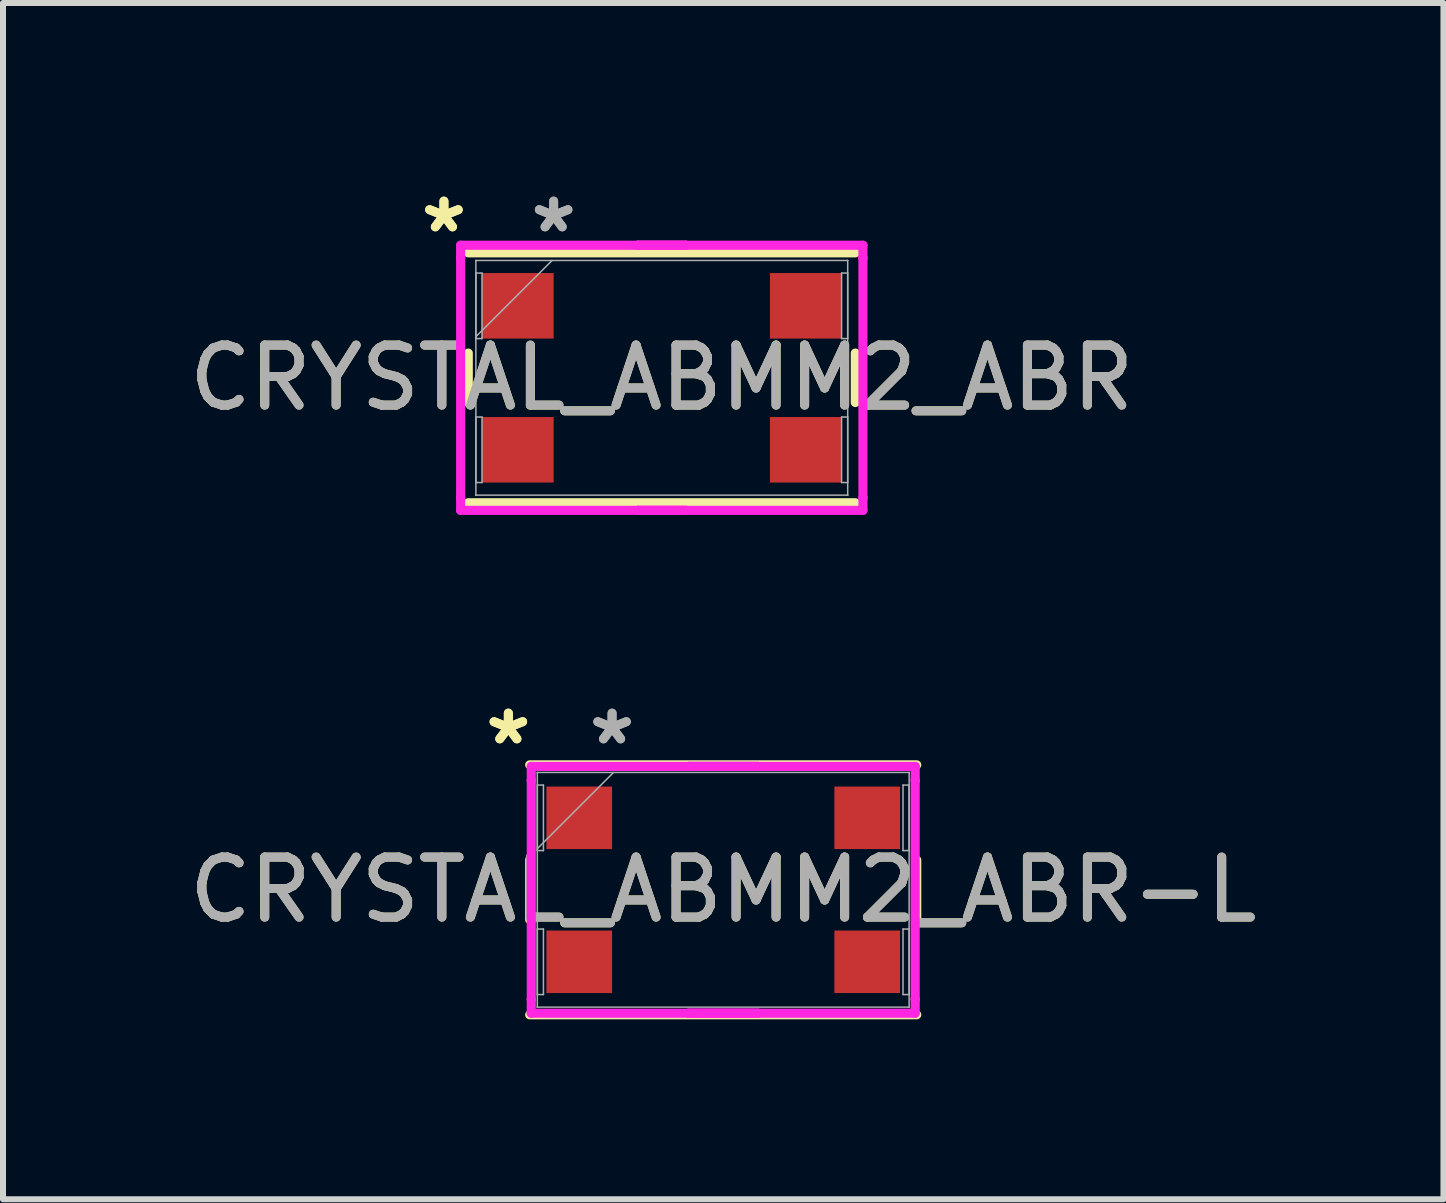
<source format=kicad_pcb>
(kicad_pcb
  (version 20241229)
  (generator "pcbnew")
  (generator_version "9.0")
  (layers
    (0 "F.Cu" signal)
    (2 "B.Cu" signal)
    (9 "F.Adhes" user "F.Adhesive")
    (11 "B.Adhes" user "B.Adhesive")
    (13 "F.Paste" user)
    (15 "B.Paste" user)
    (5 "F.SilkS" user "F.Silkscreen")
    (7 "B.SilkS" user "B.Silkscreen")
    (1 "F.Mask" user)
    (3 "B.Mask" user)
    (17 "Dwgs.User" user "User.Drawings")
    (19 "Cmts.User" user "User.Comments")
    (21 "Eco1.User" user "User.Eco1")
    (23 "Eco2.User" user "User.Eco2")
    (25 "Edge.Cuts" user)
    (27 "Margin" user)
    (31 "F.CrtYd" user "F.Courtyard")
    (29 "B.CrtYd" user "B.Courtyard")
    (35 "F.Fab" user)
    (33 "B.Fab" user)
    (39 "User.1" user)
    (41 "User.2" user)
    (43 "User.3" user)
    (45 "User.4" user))
  (footprint "CRYSTAL_ABMM2_ABR-L"
    (layer "F.Cu")
    (at 9.006 11.783)
    (property "Reference" "CRYSTAL_ABMM2_ABR-L" (at 0 0 0) (unlocked yes) (layer "F.SilkS") (effects (font (size 1 1) (thickness 0.15))))
    (attr smd)
    (fp_line (start -3.226 -0.497) (end -3.226 0.497) (stroke (width 0.152) (type solid)) (layer "F.SilkS"))
    (fp_line (start -3.226 2.083) (end 3.226 2.083) (stroke (width 0.152) (type solid)) (layer "F.SilkS"))
    (fp_line (start 3.226 -2.083) (end -3.226 -2.083) (stroke (width 0.152) (type solid)) (layer "F.SilkS"))
    (fp_line (start 3.226 0.497) (end 3.226 -0.497) (stroke (width 0.152) (type solid)) (layer "F.SilkS"))
    (fp_line (start -3.2 -2.057) (end 0.577 -2.057) (stroke (width 0.152) (type solid)) (layer "F.CrtYd"))
    (fp_line (start -3.2 -1.823) (end -3.2 -2.057) (stroke (width 0.152) (type solid)) (layer "F.CrtYd"))
    (fp_line (start -3.2 -1.823) (end -3.2 -1.823) (stroke (width 0.152) (type solid)) (layer "F.CrtYd"))
    (fp_line (start -3.2 1.823) (end -3.2 -1.823) (stroke (width 0.152) (type solid)) (layer "F.CrtYd"))
    (fp_line (start -3.2 1.823) (end -3.2 1.823) (stroke (width 0.152) (type solid)) (layer "F.CrtYd"))
    (fp_line (start -3.2 2.057) (end -3.2 1.823) (stroke (width 0.152) (type solid)) (layer "F.CrtYd"))
    (fp_line (start -0.577 -2.057) (end -0.577 -2.057) (stroke (width 0.152) (type solid)) (layer "F.CrtYd"))
    (fp_line (start -0.577 -2.057) (end 3.2 -2.057) (stroke (width 0.152) (type solid)) (layer "F.CrtYd"))
    (fp_line (start -0.577 2.057) (end -0.577 2.057) (stroke (width 0.152) (type solid)) (layer "F.CrtYd"))
    (fp_line (start -0.577 2.057) (end 0.577 2.057) (stroke (width 0.152) (type solid)) (layer "F.CrtYd"))
    (fp_line (start 0.577 -2.057) (end -0.577 -2.057) (stroke (width 0.152) (type solid)) (layer "F.CrtYd"))
    (fp_line (start 0.577 -2.057) (end 0.577 -2.057) (stroke (width 0.152) (type solid)) (layer "F.CrtYd"))
    (fp_line (start 0.577 2.057) (end -3.2 2.057) (stroke (width 0.152) (type solid)) (layer "F.CrtYd"))
    (fp_line (start 0.577 2.057) (end 0.577 2.057) (stroke (width 0.152) (type solid)) (layer "F.CrtYd"))
    (fp_line (start 3.2 -2.057) (end 3.2 -1.823) (stroke (width 0.152) (type solid)) (layer "F.CrtYd"))
    (fp_line (start 3.2 -1.823) (end 3.2 -1.823) (stroke (width 0.152) (type solid)) (layer "F.CrtYd"))
    (fp_line (start 3.2 -1.823) (end 3.2 1.823) (stroke (width 0.152) (type solid)) (layer "F.CrtYd"))
    (fp_line (start 3.2 1.823) (end 3.2 1.823) (stroke (width 0.152) (type solid)) (layer "F.CrtYd"))
    (fp_line (start 3.2 1.823) (end 3.2 2.057) (stroke (width 0.152) (type solid)) (layer "F.CrtYd"))
    (fp_line (start 3.2 2.057) (end -0.577 2.057) (stroke (width 0.152) (type solid)) (layer "F.CrtYd"))
    (fp_line (start -3.099 -1.956) (end -3.099 -1.956) (stroke (width 0.025) (type solid)) (layer "F.Fab"))
    (fp_line (start -3.099 -1.956) (end -3.099 1.956) (stroke (width 0.025) (type solid)) (layer "F.Fab"))
    (fp_line (start -3.099 -1.746) (end -2.997 -1.746) (stroke (width 0.025) (type solid)) (layer "F.Fab"))
    (fp_line (start -3.099 -0.686) (end -1.829 -1.956) (stroke (width 0.025) (type solid)) (layer "F.Fab"))
    (fp_line (start -3.099 -0.654) (end -3.099 -1.746) (stroke (width 0.025) (type solid)) (layer "F.Fab"))
    (fp_line (start -3.099 0.654) (end -2.997 0.654) (stroke (width 0.025) (type solid)) (layer "F.Fab"))
    (fp_line (start -3.099 1.746) (end -3.099 0.654) (stroke (width 0.025) (type solid)) (layer "F.Fab"))
    (fp_line (start -3.099 1.956) (end -3.099 1.956) (stroke (width 0.025) (type solid)) (layer "F.Fab"))
    (fp_line (start -3.099 1.956) (end 3.099 1.956) (stroke (width 0.025) (type solid)) (layer "F.Fab"))
    (fp_line (start -2.997 -1.746) (end -2.997 -0.654) (stroke (width 0.025) (type solid)) (layer "F.Fab"))
    (fp_line (start -2.997 -0.654) (end -3.099 -0.654) (stroke (width 0.025) (type solid)) (layer "F.Fab"))
    (fp_line (start -2.997 0.654) (end -2.997 1.746) (stroke (width 0.025) (type solid)) (layer "F.Fab"))
    (fp_line (start -2.997 1.746) (end -3.099 1.746) (stroke (width 0.025) (type solid)) (layer "F.Fab"))
    (fp_line (start 2.997 -1.746) (end 3.099 -1.746) (stroke (width 0.025) (type solid)) (layer "F.Fab"))
    (fp_line (start 2.997 -0.654) (end 2.997 -1.746) (stroke (width 0.025) (type solid)) (layer "F.Fab"))
    (fp_line (start 2.997 0.654) (end 3.099 0.654) (stroke (width 0.025) (type solid)) (layer "F.Fab"))
    (fp_line (start 2.997 1.746) (end 2.997 0.654) (stroke (width 0.025) (type solid)) (layer "F.Fab"))
    (fp_line (start 3.099 -1.956) (end -3.099 -1.956) (stroke (width 0.025) (type solid)) (layer "F.Fab"))
    (fp_line (start 3.099 -1.956) (end 3.099 -1.956) (stroke (width 0.025) (type solid)) (layer "F.Fab"))
    (fp_line (start 3.099 -1.746) (end 3.099 -0.654) (stroke (width 0.025) (type solid)) (layer "F.Fab"))
    (fp_line (start 3.099 -0.654) (end 2.997 -0.654) (stroke (width 0.025) (type solid)) (layer "F.Fab"))
    (fp_line (start 3.099 0.654) (end 3.099 1.746) (stroke (width 0.025) (type solid)) (layer "F.Fab"))
    (fp_line (start 3.099 1.746) (end 2.997 1.746) (stroke (width 0.025) (type solid)) (layer "F.Fab"))
    (fp_line (start 3.099 1.956) (end 3.099 -1.956) (stroke (width 0.025) (type solid)) (layer "F.Fab"))
    (fp_line (start 3.099 1.956) (end 3.099 1.956) (stroke (width 0.025) (type solid)) (layer "F.Fab"))
    (fp_text user "*" (at -3.582 -2.4 0) (unlocked yes) (layer "F.SilkS") (effects (font (size 1 1) (thickness 0.15))))
    (fp_text user "*" (at -3.582 -2.4 0) (layer "F.SilkS") (effects (font (size 1 1) (thickness 0.15))))
    (fp_text user "${REFERENCE}" (at 0 0 0) (unlocked yes) (layer "F.Fab") (effects (font (size 1 1) (thickness 0.15))))
    (fp_text user "*" (at -1.853 -2.4 0) (unlocked yes) (layer "F.Fab") (effects (font (size 1 1) (thickness 0.15))))
    (fp_text user "*" (at -1.853 -2.4 0) (layer "F.Fab") (effects (font (size 1 1) (thickness 0.15))))
    (pad "1" smd rect (at -2.4 -1.2 90) (size 1.042 1.094) (layers "F.Cu" "F.Mask" "F.Paste"))
    (pad "2" smd rect (at -2.4 1.2 90) (size 1.042 1.094) (layers "F.Cu" "F.Mask" "F.Paste"))
    (pad "3" smd rect (at 2.4 1.2 90) (size 1.042 1.094) (layers "F.Cu" "F.Mask" "F.Paste"))
    (pad "4" smd rect (at 2.4 -1.2 90) (size 1.042 1.094) (layers "F.Cu" "F.Mask" "F.Paste")))
  (footprint "CRYSTAL_ABMM2_ABR"
    (layer "F.Cu")
    (at 7.982 3.248)
    (property "Reference" "CRYSTAL_ABMM2_ABR" (at 0 0 0) (unlocked yes) (layer "F.SilkS") (effects (font (size 1 1) (thickness 0.15))))
    (attr smd)
    (fp_line (start -3.226 -0.412) (end -3.226 0.412) (stroke (width 0.152) (type solid)) (layer "F.SilkS"))
    (fp_line (start -3.226 2.083) (end 3.226 2.083) (stroke (width 0.152) (type solid)) (layer "F.SilkS"))
    (fp_line (start 3.226 -2.083) (end -3.226 -2.083) (stroke (width 0.152) (type solid)) (layer "F.SilkS"))
    (fp_line (start 3.226 0.412) (end 3.226 -0.412) (stroke (width 0.152) (type solid)) (layer "F.SilkS"))
    (fp_line (start -3.353 -2.21) (end 0.4 -2.21) (stroke (width 0.152) (type solid)) (layer "F.CrtYd"))
    (fp_line (start -3.353 -2) (end -3.353 -2.21) (stroke (width 0.152) (type solid)) (layer "F.CrtYd"))
    (fp_line (start -3.353 -2) (end -3.353 -2) (stroke (width 0.152) (type solid)) (layer "F.CrtYd"))
    (fp_line (start -3.353 2) (end -3.353 -2) (stroke (width 0.152) (type solid)) (layer "F.CrtYd"))
    (fp_line (start -3.353 2) (end -3.353 2) (stroke (width 0.152) (type solid)) (layer "F.CrtYd"))
    (fp_line (start -3.353 2.21) (end -3.353 2) (stroke (width 0.152) (type solid)) (layer "F.CrtYd"))
    (fp_line (start -0.4 -2.21) (end -0.4 -2.21) (stroke (width 0.152) (type solid)) (layer "F.CrtYd"))
    (fp_line (start -0.4 -2.21) (end 3.353 -2.21) (stroke (width 0.152) (type solid)) (layer "F.CrtYd"))
    (fp_line (start -0.4 2.21) (end -0.4 2.21) (stroke (width 0.152) (type solid)) (layer "F.CrtYd"))
    (fp_line (start -0.4 2.21) (end 0.4 2.21) (stroke (width 0.152) (type solid)) (layer "F.CrtYd"))
    (fp_line (start 0.4 -2.21) (end -0.4 -2.21) (stroke (width 0.152) (type solid)) (layer "F.CrtYd"))
    (fp_line (start 0.4 -2.21) (end 0.4 -2.21) (stroke (width 0.152) (type solid)) (layer "F.CrtYd"))
    (fp_line (start 0.4 2.21) (end -3.353 2.21) (stroke (width 0.152) (type solid)) (layer "F.CrtYd"))
    (fp_line (start 0.4 2.21) (end 0.4 2.21) (stroke (width 0.152) (type solid)) (layer "F.CrtYd"))
    (fp_line (start 3.353 -2.21) (end 3.353 -2) (stroke (width 0.152) (type solid)) (layer "F.CrtYd"))
    (fp_line (start 3.353 -2) (end 3.353 -2) (stroke (width 0.152) (type solid)) (layer "F.CrtYd"))
    (fp_line (start 3.353 -2) (end 3.353 2) (stroke (width 0.152) (type solid)) (layer "F.CrtYd"))
    (fp_line (start 3.353 2) (end 3.353 2) (stroke (width 0.152) (type solid)) (layer "F.CrtYd"))
    (fp_line (start 3.353 2) (end 3.353 2.21) (stroke (width 0.152) (type solid)) (layer "F.CrtYd"))
    (fp_line (start 3.353 2.21) (end -0.4 2.21) (stroke (width 0.152) (type solid)) (layer "F.CrtYd"))
    (fp_line (start -3.099 -1.956) (end -3.099 -1.956) (stroke (width 0.025) (type solid)) (layer "F.Fab"))
    (fp_line (start -3.099 -1.956) (end -3.099 1.956) (stroke (width 0.025) (type solid)) (layer "F.Fab"))
    (fp_line (start -3.099 -1.746) (end -2.997 -1.746) (stroke (width 0.025) (type solid)) (layer "F.Fab"))
    (fp_line (start -3.099 -0.686) (end -1.829 -1.956) (stroke (width 0.025) (type solid)) (layer "F.Fab"))
    (fp_line (start -3.099 -0.654) (end -3.099 -1.746) (stroke (width 0.025) (type solid)) (layer "F.Fab"))
    (fp_line (start -3.099 0.654) (end -2.997 0.654) (stroke (width 0.025) (type solid)) (layer "F.Fab"))
    (fp_line (start -3.099 1.746) (end -3.099 0.654) (stroke (width 0.025) (type solid)) (layer "F.Fab"))
    (fp_line (start -3.099 1.956) (end -3.099 1.956) (stroke (width 0.025) (type solid)) (layer "F.Fab"))
    (fp_line (start -3.099 1.956) (end 3.099 1.956) (stroke (width 0.025) (type solid)) (layer "F.Fab"))
    (fp_line (start -2.997 -1.746) (end -2.997 -0.654) (stroke (width 0.025) (type solid)) (layer "F.Fab"))
    (fp_line (start -2.997 -0.654) (end -3.099 -0.654) (stroke (width 0.025) (type solid)) (layer "F.Fab"))
    (fp_line (start -2.997 0.654) (end -2.997 1.746) (stroke (width 0.025) (type solid)) (layer "F.Fab"))
    (fp_line (start -2.997 1.746) (end -3.099 1.746) (stroke (width 0.025) (type solid)) (layer "F.Fab"))
    (fp_line (start 2.997 -1.746) (end 3.099 -1.746) (stroke (width 0.025) (type solid)) (layer "F.Fab"))
    (fp_line (start 2.997 -0.654) (end 2.997 -1.746) (stroke (width 0.025) (type solid)) (layer "F.Fab"))
    (fp_line (start 2.997 0.654) (end 3.099 0.654) (stroke (width 0.025) (type solid)) (layer "F.Fab"))
    (fp_line (start 2.997 1.746) (end 2.997 0.654) (stroke (width 0.025) (type solid)) (layer "F.Fab"))
    (fp_line (start 3.099 -1.956) (end -3.099 -1.956) (stroke (width 0.025) (type solid)) (layer "F.Fab"))
    (fp_line (start 3.099 -1.956) (end 3.099 -1.956) (stroke (width 0.025) (type solid)) (layer "F.Fab"))
    (fp_line (start 3.099 -1.746) (end 3.099 -0.654) (stroke (width 0.025) (type solid)) (layer "F.Fab"))
    (fp_line (start 3.099 -0.654) (end 2.997 -0.654) (stroke (width 0.025) (type solid)) (layer "F.Fab"))
    (fp_line (start 3.099 0.654) (end 3.099 1.746) (stroke (width 0.025) (type solid)) (layer "F.Fab"))
    (fp_line (start 3.099 1.746) (end 2.997 1.746) (stroke (width 0.025) (type solid)) (layer "F.Fab"))
    (fp_line (start 3.099 1.956) (end 3.099 -1.956) (stroke (width 0.025) (type solid)) (layer "F.Fab"))
    (fp_line (start 3.099 1.956) (end 3.099 1.956) (stroke (width 0.025) (type solid)) (layer "F.Fab"))
    (fp_text user "*" (at -3.632 -2.4 0) (unlocked yes) (layer "F.SilkS") (effects (font (size 1 1) (thickness 0.15))))
    (fp_text user "*" (at -3.632 -2.4 0) (layer "F.SilkS") (effects (font (size 1 1) (thickness 0.15))))
    (fp_text user "${REFERENCE}" (at 0 0 0) (unlocked yes) (layer "F.Fab") (effects (font (size 1 1) (thickness 0.15))))
    (fp_text user "*" (at -1.803 -2.4 0) (layer "F.Fab") (effects (font (size 1 1) (thickness 0.15))))
    (fp_text user "*" (at -1.803 -2.4 0) (unlocked yes) (layer "F.Fab") (effects (font (size 1 1) (thickness 0.15))))
    (pad "1" smd rect (at -2.4 -1.2 90) (size 1.092 1.194) (layers "F.Cu" "F.Mask" "F.Paste"))
    (pad "2" smd rect (at -2.4 1.2 90) (size 1.092 1.194) (layers "F.Cu" "F.Mask" "F.Paste"))
    (pad "3" smd rect (at 2.4 1.2 90) (size 1.092 1.194) (layers "F.Cu" "F.Mask" "F.Paste"))
    (pad "4" smd rect (at 2.4 -1.2 90) (size 1.092 1.194) (layers "F.Cu" "F.Mask" "F.Paste")))
  (gr_rect
    (start -3 -3)
    (end 21.012 16.942)
    (stroke (width 0.1) (type default))
    (fill no)
    (layer "Edge.Cuts")))
</source>
